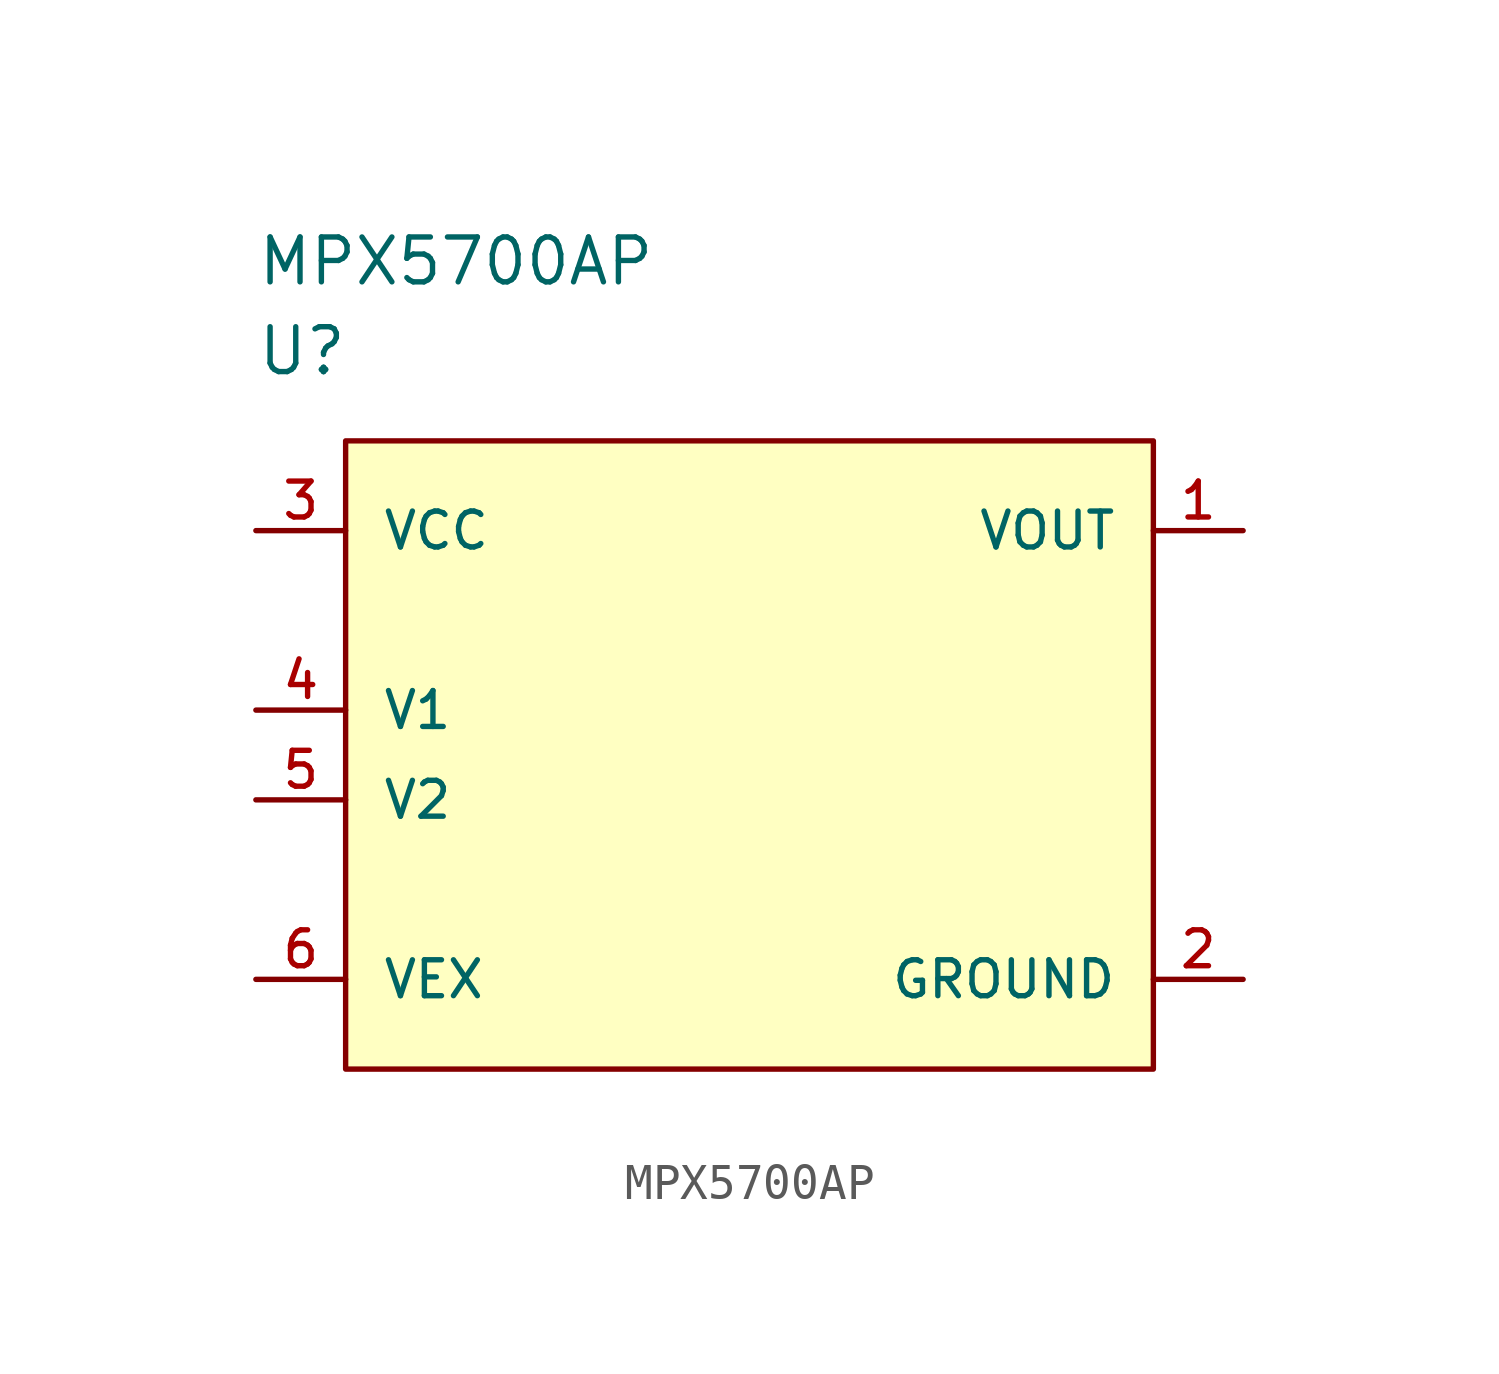
<source format=kicad_sym>
(kicad_symbol_lib
  (version 20211014)
  (generator kicad_symbol_editor)
  (symbol "MPX5700AP"
    (pin_names
      (offset 1.016))
    (property "Reference" "U"
      (at 0 5.08 0)
      (effects (font (size 1.27 1.27)) (justify left)))
    (property "Value" "MPX5700AP"
      (at 0 7.62 0)
      (effects (font (size 1.27 1.27)) (justify left)))
    (property "ki_locked" ""
      (at 0 0 0)
      (effects (font (size 1.27 1.27))))
    (symbol "MPX5700AP_1_1"
      (rectangle (start 2.54 2.54) (end 25.4 -15.24) (stroke (width 0) (type default) (color 0 0 0 0)) (fill (type background)))
      (pin passive line (at 27.94 0 180) (length 2.54) (name "VOUT" (effects (font (size 1.016 1.016)))) (number "1" (effects (font (size 1.016 1.016)))))
      (pin power_in line (at 27.94 -12.7 180) (length 2.54) (name "GROUND" (effects (font (size 1.016 1.016)))) (number "2" (effects (font (size 1.016 1.016)))))
      (pin power_in line (at 0 0 0) (length 2.54) (name "VCC" (effects (font (size 1.016 1.016)))) (number "3" (effects (font (size 1.016 1.016)))))
      (pin passive line (at 0 -5.08 0) (length 2.54) (name "V1" (effects (font (size 1.016 1.016)))) (number "4" (effects (font (size 1.016 1.016)))))
      (pin passive line (at 0 -7.62 0) (length 2.54) (name "V2" (effects (font (size 1.016 1.016)))) (number "5" (effects (font (size 1.016 1.016)))))
      (pin passive line (at 0 -12.7 0) (length 2.54) (name "VEX" (effects (font (size 1.016 1.016)))) (number "6" (effects (font (size 1.016 1.016))))))))
</source>
